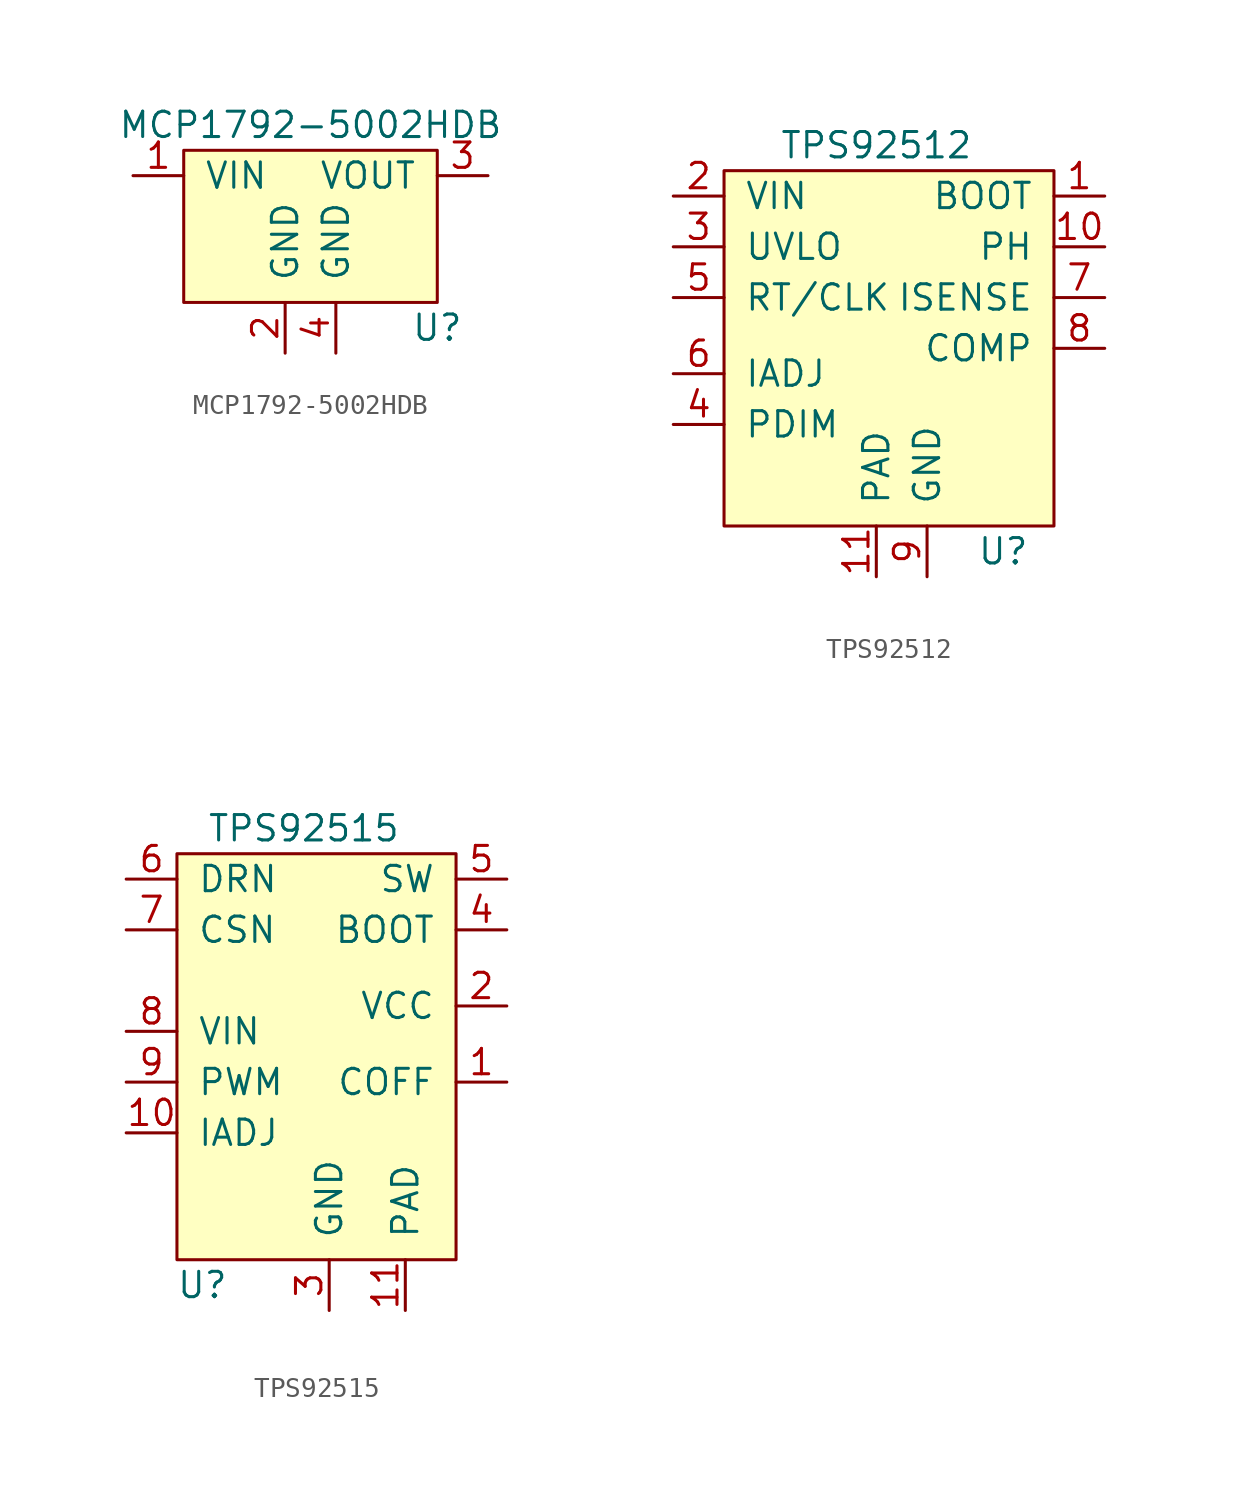
<source format=kicad_sym>
(kicad_symbol_lib
  (version 20211014)
  (generator kicad_symbol_editor)
  (symbol "MCP1792-5002HDB"
    (pin_names
      (offset 1.016))
    (property "Reference" "U"
      (at 6.35 -5.08 0)
      (effects (font (size 1.27 1.27))))
    (property "Value" "MCP1792-5002HDB"
      (at 0 5.08 0)
      (effects (font (size 1.27 1.27))))
    (symbol "MCP1792-5002HDB_0_1"
      (rectangle (start -6.35 3.81) (end 6.35 -3.81) (stroke (width 0) (type default) (color 0 0 0 0)) (fill (type background))))
    (symbol "MCP1792-5002HDB_1_1"
      (pin input line (at -8.89 2.54 0) (length 2.54) (name "VIN" (effects (font (size 1.27 1.27)))) (number "1" (effects (font (size 1.27 1.27)))))
      (pin input line (at -1.27 -6.35 90) (length 2.54) (name "GND" (effects (font (size 1.27 1.27)))) (number "2" (effects (font (size 1.27 1.27)))))
      (pin input line (at 8.89 2.54 180) (length 2.54) (name "VOUT" (effects (font (size 1.27 1.27)))) (number "3" (effects (font (size 1.27 1.27)))))
      (pin input line (at 1.27 -6.35 90) (length 2.54) (name "GND" (effects (font (size 1.27 1.27)))) (number "4" (effects (font (size 1.27 1.27)))))))
  (symbol "TPS92512"
    (pin_names
      (offset 1.016))
    (property "Reference" "U"
      (at 6.35 -10.16 0)
      (effects (font (size 1.27 1.27))))
    (property "Value" "TPS92512"
      (at 0 10.16 0)
      (effects (font (size 1.27 1.27))))
    (symbol "TPS92512_0_1"
      (rectangle (start -7.62 8.89) (end 8.89 -8.89) (stroke (width 0) (type default) (color 0 0 0 0)) (fill (type background))))
    (symbol "TPS92512_1_1"
      (pin input line (at 11.43 7.62 180) (length 2.54) (name "BOOT" (effects (font (size 1.27 1.27)))) (number "1" (effects (font (size 1.27 1.27)))))
      (pin input line (at 11.43 5.08 180) (length 2.54) (name "PH" (effects (font (size 1.27 1.27)))) (number "10" (effects (font (size 1.27 1.27)))))
      (pin input line (at 0 -11.43 90) (length 2.54) (name "PAD" (effects (font (size 1.27 1.27)))) (number "11" (effects (font (size 1.27 1.27)))))
      (pin input line (at -10.16 7.62 0) (length 2.54) (name "VIN" (effects (font (size 1.27 1.27)))) (number "2" (effects (font (size 1.27 1.27)))))
      (pin input line (at -10.16 5.08 0) (length 2.54) (name "UVLO" (effects (font (size 1.27 1.27)))) (number "3" (effects (font (size 1.27 1.27)))))
      (pin input line (at -10.16 -3.81 0) (length 2.54) (name "PDIM" (effects (font (size 1.27 1.27)))) (number "4" (effects (font (size 1.27 1.27)))))
      (pin input line (at -10.16 2.54 0) (length 2.54) (name "RT/CLK" (effects (font (size 1.27 1.27)))) (number "5" (effects (font (size 1.27 1.27)))))
      (pin input line (at -10.16 -1.27 0) (length 2.54) (name "IADJ" (effects (font (size 1.27 1.27)))) (number "6" (effects (font (size 1.27 1.27)))))
      (pin input line (at 11.43 2.54 180) (length 2.54) (name "ISENSE" (effects (font (size 1.27 1.27)))) (number "7" (effects (font (size 1.27 1.27)))))
      (pin input line (at 11.43 0 180) (length 2.54) (name "COMP" (effects (font (size 1.27 1.27)))) (number "8" (effects (font (size 1.27 1.27)))))
      (pin input line (at 2.54 -11.43 90) (length 2.54) (name "GND" (effects (font (size 1.27 1.27)))) (number "9" (effects (font (size 1.27 1.27)))))))
  (symbol "TPS92515"
    (pin_names
      (offset 1.016))
    (property "Reference" "U"
      (at 1.27 -1.27 0)
      (effects (font (size 1.27 1.27))))
    (property "Value" "TPS92515"
      (at 6.35 21.59 0)
      (effects (font (size 1.27 1.27))))
    (symbol "TPS92515_0_1"
      (rectangle (start 0 20.32) (end 13.97 0) (stroke (width 0) (type default) (color 0 0 0 0)) (fill (type background))))
    (symbol "TPS92515_1_1"
      (pin input line (at 16.51 8.89 180) (length 2.54) (name "COFF" (effects (font (size 1.27 1.27)))) (number "1" (effects (font (size 1.27 1.27)))))
      (pin input line (at -2.54 6.35 0) (length 2.54) (name "IADJ" (effects (font (size 1.27 1.27)))) (number "10" (effects (font (size 1.27 1.27)))))
      (pin input line (at 11.43 -2.54 90) (length 2.54) (name "PAD" (effects (font (size 1.27 1.27)))) (number "11" (effects (font (size 1.27 1.27)))))
      (pin input line (at 16.51 12.7 180) (length 2.54) (name "VCC" (effects (font (size 1.27 1.27)))) (number "2" (effects (font (size 1.27 1.27)))))
      (pin input line (at 7.62 -2.54 90) (length 2.54) (name "GND" (effects (font (size 1.27 1.27)))) (number "3" (effects (font (size 1.27 1.27)))))
      (pin input line (at 16.51 16.51 180) (length 2.54) (name "BOOT" (effects (font (size 1.27 1.27)))) (number "4" (effects (font (size 1.27 1.27)))))
      (pin input line (at 16.51 19.05 180) (length 2.54) (name "SW" (effects (font (size 1.27 1.27)))) (number "5" (effects (font (size 1.27 1.27)))))
      (pin input line (at -2.54 19.05 0) (length 2.54) (name "DRN" (effects (font (size 1.27 1.27)))) (number "6" (effects (font (size 1.27 1.27)))))
      (pin input line (at -2.54 16.51 0) (length 2.54) (name "CSN" (effects (font (size 1.27 1.27)))) (number "7" (effects (font (size 1.27 1.27)))))
      (pin input line (at -2.54 11.43 0) (length 2.54) (name "VIN" (effects (font (size 1.27 1.27)))) (number "8" (effects (font (size 1.27 1.27)))))
      (pin input line (at -2.54 8.89 0) (length 2.54) (name "PWM" (effects (font (size 1.27 1.27)))) (number "9" (effects (font (size 1.27 1.27))))))))
</source>
